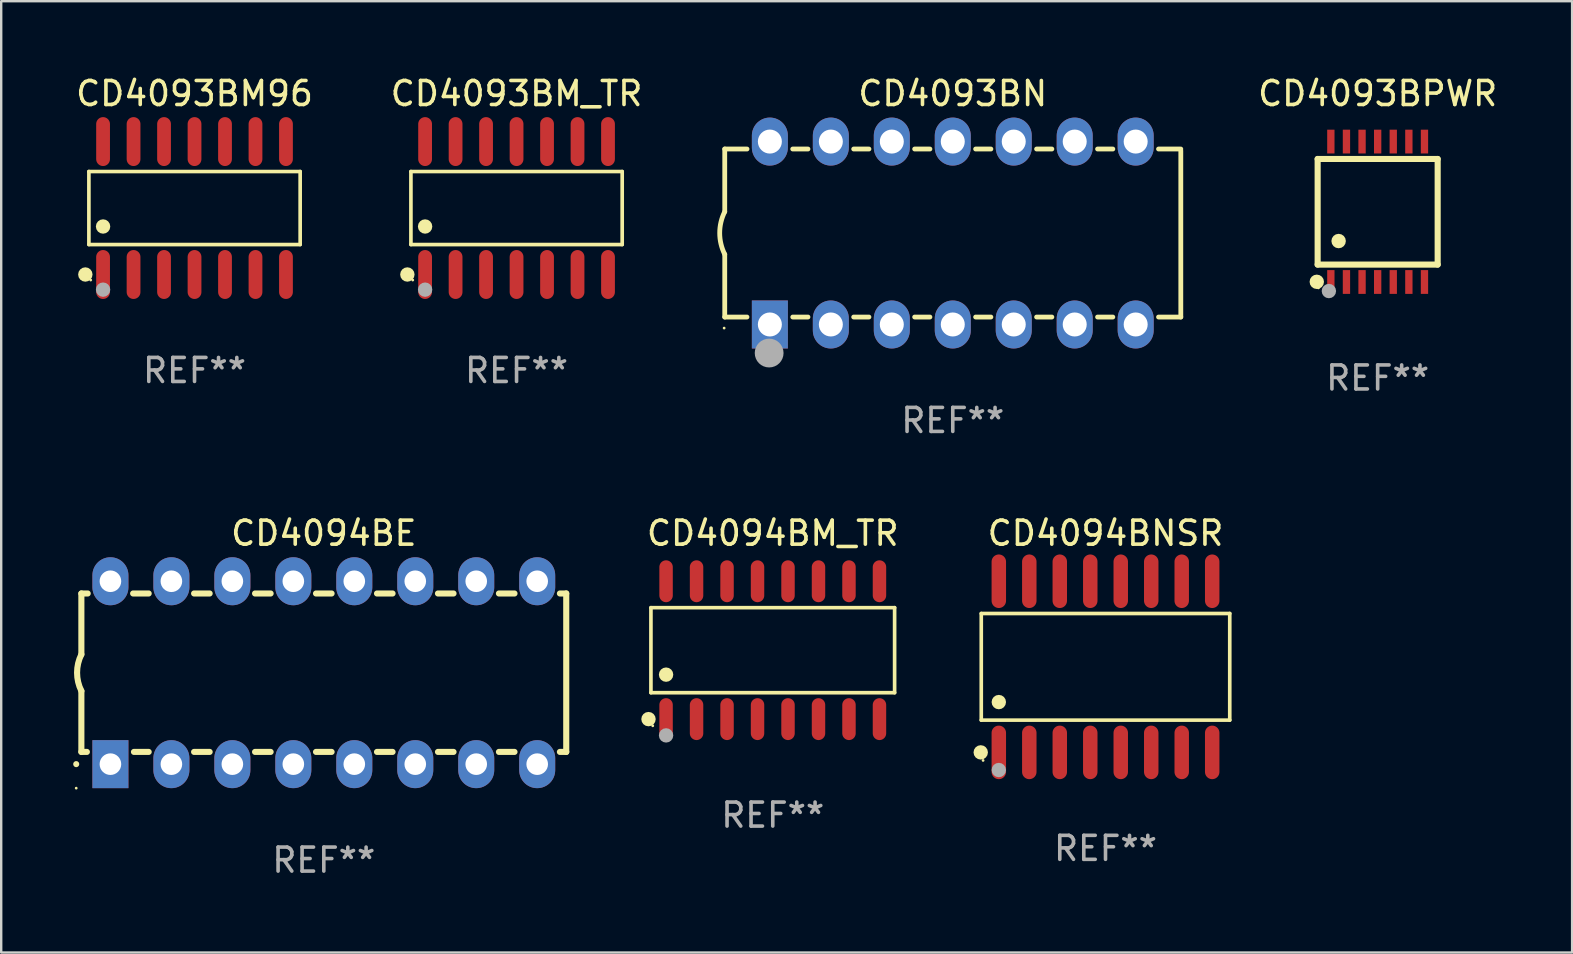
<source format=kicad_pcb>
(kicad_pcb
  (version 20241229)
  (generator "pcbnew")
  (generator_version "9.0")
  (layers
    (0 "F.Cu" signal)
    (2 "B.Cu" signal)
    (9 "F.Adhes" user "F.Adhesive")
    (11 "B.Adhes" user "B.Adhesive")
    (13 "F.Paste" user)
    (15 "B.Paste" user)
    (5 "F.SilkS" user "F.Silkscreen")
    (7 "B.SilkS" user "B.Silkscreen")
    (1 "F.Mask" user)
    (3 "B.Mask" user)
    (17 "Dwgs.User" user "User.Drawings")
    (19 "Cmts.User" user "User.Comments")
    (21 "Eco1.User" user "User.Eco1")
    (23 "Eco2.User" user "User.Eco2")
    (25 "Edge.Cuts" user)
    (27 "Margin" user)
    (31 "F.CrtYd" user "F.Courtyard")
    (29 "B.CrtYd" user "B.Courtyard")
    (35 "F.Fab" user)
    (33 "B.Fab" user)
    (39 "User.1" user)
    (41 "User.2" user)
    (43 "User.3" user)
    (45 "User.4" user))
  (footprint "CD4094BE"
    (layer "F.Cu")
    (at 10.44 24.975)
    (property "Reference" "CD4094BE" (at 0 -5.81 0) (layer "F.SilkS") (effects (font (size 1 1) (thickness 0.15))))
    (attr through_hole)
    (fp_line (start -10.1 -3.3) (end -10.1 -0.762) (stroke (width 0.254) (type solid)) (layer "F.SilkS"))
    (fp_line (start -10.1 -3.3) (end -9.836 -3.3) (stroke (width 0.254) (type solid)) (layer "F.SilkS"))
    (fp_line (start -10.1 3.3) (end -10.1 0.762) (stroke (width 0.254) (type solid)) (layer "F.SilkS"))
    (fp_line (start -9.871 3.3) (end -10.1 3.3) (stroke (width 0.254) (type solid)) (layer "F.SilkS"))
    (fp_line (start -7.944 -3.3) (end -7.296 -3.3) (stroke (width 0.254) (type solid)) (layer "F.SilkS"))
    (fp_line (start -7.296 3.3) (end -7.909 3.3) (stroke (width 0.254) (type solid)) (layer "F.SilkS"))
    (fp_line (start -5.404 -3.3) (end -4.756 -3.3) (stroke (width 0.254) (type solid)) (layer "F.SilkS"))
    (fp_line (start -4.756 3.3) (end -5.404 3.3) (stroke (width 0.254) (type solid)) (layer "F.SilkS"))
    (fp_line (start -2.864 -3.3) (end -2.216 -3.3) (stroke (width 0.254) (type solid)) (layer "F.SilkS"))
    (fp_line (start -2.216 3.3) (end -2.864 3.3) (stroke (width 0.254) (type solid)) (layer "F.SilkS"))
    (fp_line (start -0.324 -3.3) (end 0.324 -3.3) (stroke (width 0.254) (type solid)) (layer "F.SilkS"))
    (fp_line (start 0.324 3.3) (end -0.324 3.3) (stroke (width 0.254) (type solid)) (layer "F.SilkS"))
    (fp_line (start 2.216 -3.3) (end 2.864 -3.3) (stroke (width 0.254) (type solid)) (layer "F.SilkS"))
    (fp_line (start 2.864 3.3) (end 2.216 3.3) (stroke (width 0.254) (type solid)) (layer "F.SilkS"))
    (fp_line (start 4.756 -3.3) (end 5.404 -3.3) (stroke (width 0.254) (type solid)) (layer "F.SilkS"))
    (fp_line (start 5.404 3.3) (end 4.756 3.3) (stroke (width 0.254) (type solid)) (layer "F.SilkS"))
    (fp_line (start 7.296 -3.3) (end 7.944 -3.3) (stroke (width 0.254) (type solid)) (layer "F.SilkS"))
    (fp_line (start 7.944 3.3) (end 7.296 3.3) (stroke (width 0.254) (type solid)) (layer "F.SilkS"))
    (fp_line (start 9.836 -3.3) (end 10.1 -3.3) (stroke (width 0.254) (type solid)) (layer "F.SilkS"))
    (fp_line (start 10.1 3.3) (end 9.836 3.3) (stroke (width 0.254) (type solid)) (layer "F.SilkS"))
    (fp_line (start 10.1 3.3) (end 10.1 -3.3) (stroke (width 0.254) (type solid)) (layer "F.SilkS"))
    (fp_arc (start -10.314948 3.810008) (mid -10.314955 3.808738) (end -10.314948 3.807468) (stroke (width 0.25) (type solid)) (layer "F.SilkS"))
    (fp_arc (start -10.099048 0.762001) (mid -10.279271 0.000116) (end -10.100038 -0.762002) (stroke (width 0.254001) (type solid)) (layer "F.SilkS"))
    (fp_circle (center -10.315 4.81) (end -10.285 4.81) (stroke (width 0.06) (type solid)) (fill no) (layer "F.SilkS"))
    (fp_text user "REF**" (at 0 7.81 0) (layer "F.Fab") (effects (font (size 1 1) (thickness 0.15))))
    (pad "1" thru_hole rect (at -8.89 3.81 90) (size 2 1.5) (drill 0.9) (layers "*.Cu" "*.Mask"))
    (pad "2" thru_hole oval (at -6.35 3.81 90) (size 2 1.5) (drill 0.9) (layers "*.Cu" "*.Mask"))
    (pad "3" thru_hole oval (at -3.81 3.81 90) (size 2 1.5) (drill 0.9) (layers "*.Cu" "*.Mask"))
    (pad "4" thru_hole oval (at -1.27 3.81 90) (size 2 1.5) (drill 0.9) (layers "*.Cu" "*.Mask"))
    (pad "5" thru_hole oval (at 1.27 3.81 90) (size 2 1.5) (drill 0.9) (layers "*.Cu" "*.Mask"))
    (pad "6" thru_hole oval (at 3.81 3.81 90) (size 2 1.5) (drill 0.9) (layers "*.Cu" "*.Mask"))
    (pad "7" thru_hole oval (at 6.35 3.81 90) (size 2 1.5) (drill 0.9) (layers "*.Cu" "*.Mask"))
    (pad "8" thru_hole oval (at 8.89 3.81 90) (size 2 1.5) (drill 0.9) (layers "*.Cu" "*.Mask"))
    (pad "9" thru_hole oval (at 8.89 -3.81 90) (size 2 1.5) (drill 0.9) (layers "*.Cu" "*.Mask"))
    (pad "10" thru_hole oval (at 6.35 -3.81 90) (size 2 1.5) (drill 0.9) (layers "*.Cu" "*.Mask"))
    (pad "11" thru_hole oval (at 3.81 -3.81 90) (size 2 1.5) (drill 0.9) (layers "*.Cu" "*.Mask"))
    (pad "12" thru_hole oval (at 1.27 -3.81 90) (size 2 1.5) (drill 0.9) (layers "*.Cu" "*.Mask"))
    (pad "13" thru_hole oval (at -1.27 -3.81 90) (size 2 1.5) (drill 0.9) (layers "*.Cu" "*.Mask"))
    (pad "14" thru_hole oval (at -3.81 -3.81 90) (size 2 1.5) (drill 0.9) (layers "*.Cu" "*.Mask"))
    (pad "15" thru_hole oval (at -6.35 -3.81 90) (size 2 1.5) (drill 0.9) (layers "*.Cu" "*.Mask"))
    (pad "16" thru_hole oval (at -8.89 -3.81 90) (size 2 1.5) (drill 0.9) (layers "*.Cu" "*.Mask")))
  (footprint "CD4093BM_TR"
    (layer "F.Cu")
    (at 18.47 5.617)
    (property "Reference" "CD4093BM_TR" (at 0 -4.769 0) (layer "F.SilkS") (effects (font (size 1 1) (thickness 0.15))))
    (attr through_hole)
    (fp_line (start -4.401 -1.521) (end 4.401 -1.521) (stroke (width 0.152) (type solid)) (layer "F.SilkS"))
    (fp_line (start -4.401 1.521) (end -4.401 -1.521) (stroke (width 0.152) (type solid)) (layer "F.SilkS"))
    (fp_line (start 4.401 -1.521) (end 4.401 1.521) (stroke (width 0.152) (type solid)) (layer "F.SilkS"))
    (fp_line (start 4.401 1.521) (end -4.401 1.521) (stroke (width 0.152) (type solid)) (layer "F.SilkS"))
    (fp_circle (center -4.549 2.769) (end -4.399 2.769) (stroke (width 0.3) (type solid)) (fill no) (layer "F.SilkS"))
    (fp_circle (center -4.325 3) (end -4.295 3) (stroke (width 0.06) (type solid)) (fill no) (layer "F.SilkS"))
    (fp_circle (center -3.81 0.769) (end -3.66 0.769) (stroke (width 0.3) (type solid)) (fill no) (layer "F.SilkS"))
    (fp_circle (center -3.81 3.4) (end -3.66 3.4) (stroke (width 0.3) (type solid)) (fill no) (layer "F.Fab"))
    (fp_text user "REF**" (at 0 6.769 0) (layer "F.Fab") (effects (font (size 1 1) (thickness 0.15))))
    (pad "1" smd oval (at -3.81 2.769) (size 0.574 2.038) (layers "F.Cu" "F.Mask" "F.Paste"))
    (pad "2" smd oval (at -2.54 2.769) (size 0.574 2.038) (layers "F.Cu" "F.Mask" "F.Paste"))
    (pad "3" smd oval (at -1.27 2.769) (size 0.574 2.038) (layers "F.Cu" "F.Mask" "F.Paste"))
    (pad "4" smd oval (at 0 2.769) (size 0.574 2.038) (layers "F.Cu" "F.Mask" "F.Paste"))
    (pad "5" smd oval (at 1.27 2.769) (size 0.574 2.038) (layers "F.Cu" "F.Mask" "F.Paste"))
    (pad "6" smd oval (at 2.54 2.769) (size 0.574 2.038) (layers "F.Cu" "F.Mask" "F.Paste"))
    (pad "7" smd oval (at 3.81 2.769) (size 0.574 2.038) (layers "F.Cu" "F.Mask" "F.Paste"))
    (pad "8" smd oval (at 3.81 -2.769) (size 0.574 2.038) (layers "F.Cu" "F.Mask" "F.Paste"))
    (pad "9" smd oval (at 2.54 -2.769) (size 0.574 2.038) (layers "F.Cu" "F.Mask" "F.Paste"))
    (pad "10" smd oval (at 1.27 -2.769) (size 0.574 2.038) (layers "F.Cu" "F.Mask" "F.Paste"))
    (pad "11" smd oval (at 0 -2.769) (size 0.574 2.038) (layers "F.Cu" "F.Mask" "F.Paste"))
    (pad "12" smd oval (at -1.27 -2.769) (size 0.574 2.038) (layers "F.Cu" "F.Mask" "F.Paste"))
    (pad "13" smd oval (at -2.54 -2.769) (size 0.574 2.038) (layers "F.Cu" "F.Mask" "F.Paste"))
    (pad "14" smd oval (at -3.81 -2.769) (size 0.574 2.038) (layers "F.Cu" "F.Mask" "F.Paste")))
  (footprint "CD4094BNSR"
    (layer "F.Cu")
    (at 43.006 24.73)
    (property "Reference" "CD4094BNSR" (at 0 -5.565 0) (layer "F.SilkS") (effects (font (size 1 1) (thickness 0.15))))
    (attr through_hole)
    (fp_line (start -5.176 -2.221) (end 5.176 -2.221) (stroke (width 0.152) (type solid)) (layer "F.SilkS"))
    (fp_line (start -5.176 2.221) (end -5.176 -2.221) (stroke (width 0.152) (type solid)) (layer "F.SilkS"))
    (fp_line (start 5.176 -2.221) (end 5.176 2.221) (stroke (width 0.152) (type solid)) (layer "F.SilkS"))
    (fp_line (start 5.176 2.221) (end -5.176 2.221) (stroke (width 0.152) (type solid)) (layer "F.SilkS"))
    (fp_circle (center -5.198 3.565) (end -5.048 3.565) (stroke (width 0.3) (type solid)) (fill no) (layer "F.SilkS"))
    (fp_circle (center -5.1 3.9) (end -5.07 3.9) (stroke (width 0.06) (type solid)) (fill no) (layer "F.SilkS"))
    (fp_circle (center -4.445 1.469) (end -4.295 1.469) (stroke (width 0.3) (type solid)) (fill no) (layer "F.SilkS"))
    (fp_circle (center -4.445 4.3) (end -4.295 4.3) (stroke (width 0.3) (type solid)) (fill no) (layer "F.Fab"))
    (fp_text user "REF**" (at 0 7.565 0) (layer "F.Fab") (effects (font (size 1 1) (thickness 0.15))))
    (pad "1" smd oval (at -4.445 3.565) (size 0.602 2.231) (layers "F.Cu" "F.Mask" "F.Paste"))
    (pad "2" smd oval (at -3.175 3.565) (size 0.602 2.231) (layers "F.Cu" "F.Mask" "F.Paste"))
    (pad "3" smd oval (at -1.905 3.565) (size 0.602 2.231) (layers "F.Cu" "F.Mask" "F.Paste"))
    (pad "4" smd oval (at -0.635 3.565) (size 0.602 2.231) (layers "F.Cu" "F.Mask" "F.Paste"))
    (pad "5" smd oval (at 0.635 3.565) (size 0.602 2.231) (layers "F.Cu" "F.Mask" "F.Paste"))
    (pad "6" smd oval (at 1.905 3.565) (size 0.602 2.231) (layers "F.Cu" "F.Mask" "F.Paste"))
    (pad "7" smd oval (at 3.175 3.565) (size 0.602 2.231) (layers "F.Cu" "F.Mask" "F.Paste"))
    (pad "8" smd oval (at 4.445 3.565) (size 0.602 2.231) (layers "F.Cu" "F.Mask" "F.Paste"))
    (pad "9" smd oval (at 4.445 -3.565) (size 0.602 2.231) (layers "F.Cu" "F.Mask" "F.Paste"))
    (pad "10" smd oval (at 3.175 -3.565) (size 0.602 2.231) (layers "F.Cu" "F.Mask" "F.Paste"))
    (pad "11" smd oval (at 1.905 -3.565) (size 0.602 2.231) (layers "F.Cu" "F.Mask" "F.Paste"))
    (pad "12" smd oval (at 0.635 -3.565) (size 0.602 2.231) (layers "F.Cu" "F.Mask" "F.Paste"))
    (pad "13" smd oval (at -0.635 -3.565) (size 0.602 2.231) (layers "F.Cu" "F.Mask" "F.Paste"))
    (pad "14" smd oval (at -1.905 -3.565) (size 0.602 2.231) (layers "F.Cu" "F.Mask" "F.Paste"))
    (pad "15" smd oval (at -3.175 -3.565) (size 0.602 2.231) (layers "F.Cu" "F.Mask" "F.Paste"))
    (pad "16" smd oval (at -4.445 -3.565) (size 0.602 2.231) (layers "F.Cu" "F.Mask" "F.Paste")))
  (footprint "CD4093BN"
    (layer "F.Cu")
    (at 36.643 6.658)
    (property "Reference" "CD4093BN" (at 0 -5.81 0) (layer "F.SilkS") (effects (font (size 1 1) (thickness 0.15))))
    (attr through_hole)
    (fp_line (start -9.5 -3.5) (end -9.5 -0.889) (stroke (width 0.2) (type solid)) (layer "F.SilkS"))
    (fp_line (start -9.5 -3.5) (end -8.572 -3.5) (stroke (width 0.2) (type solid)) (layer "F.SilkS"))
    (fp_line (start -9.5 3.5) (end -9.5 0.889) (stroke (width 0.2) (type solid)) (layer "F.SilkS"))
    (fp_line (start -9.5 3.5) (end -8.574 3.5) (stroke (width 0.2) (type solid)) (layer "F.SilkS"))
    (fp_line (start -6.668 -3.5) (end -6.032 -3.5) (stroke (width 0.2) (type solid)) (layer "F.SilkS"))
    (fp_line (start -6.666 3.5) (end -6.032 3.5) (stroke (width 0.2) (type solid)) (layer "F.SilkS"))
    (fp_line (start -4.128 -3.5) (end -3.492 -3.5) (stroke (width 0.2) (type solid)) (layer "F.SilkS"))
    (fp_line (start -4.128 3.5) (end -3.492 3.5) (stroke (width 0.2) (type solid)) (layer "F.SilkS"))
    (fp_line (start -1.588 -3.5) (end -0.952 -3.5) (stroke (width 0.2) (type solid)) (layer "F.SilkS"))
    (fp_line (start -1.588 3.5) (end -0.952 3.5) (stroke (width 0.2) (type solid)) (layer "F.SilkS"))
    (fp_line (start 0.952 -3.5) (end 1.588 -3.5) (stroke (width 0.2) (type solid)) (layer "F.SilkS"))
    (fp_line (start 0.952 3.5) (end 1.588 3.5) (stroke (width 0.2) (type solid)) (layer "F.SilkS"))
    (fp_line (start 3.492 -3.5) (end 4.128 -3.5) (stroke (width 0.2) (type solid)) (layer "F.SilkS"))
    (fp_line (start 3.492 3.5) (end 4.128 3.5) (stroke (width 0.2) (type solid)) (layer "F.SilkS"))
    (fp_line (start 6.032 -3.5) (end 6.668 -3.5) (stroke (width 0.2) (type solid)) (layer "F.SilkS"))
    (fp_line (start 6.032 3.5) (end 6.668 3.5) (stroke (width 0.2) (type solid)) (layer "F.SilkS"))
    (fp_line (start 8.572 -3.5) (end 9.5 -3.5) (stroke (width 0.2) (type solid)) (layer "F.SilkS"))
    (fp_line (start 8.572 3.5) (end 9.5 3.5) (stroke (width 0.2) (type solid)) (layer "F.SilkS"))
    (fp_line (start 9.5 3.5) (end 9.5 -3.429) (stroke (width 0.2) (type solid)) (layer "F.SilkS"))
    (fp_arc (start -9.499619 0.889001) (mid -9.709623 0.000047) (end -9.500025 -0.889002) (stroke (width 0.2) (type solid)) (layer "F.SilkS"))
    (fp_circle (center -9.525 3.96) (end -9.495 3.96) (stroke (width 0.06) (type solid)) (fill no) (layer "F.SilkS"))
    (fp_circle (center -7.65 5) (end -7.35 5) (stroke (width 0.6) (type solid)) (fill no) (layer "F.Fab"))
    (fp_text user "REF**" (at 0 7.81 0) (layer "F.Fab") (effects (font (size 1 1) (thickness 0.15))))
    (pad "1" thru_hole rect (at -7.62 3.81 90) (size 2 1.5) (drill 1) (layers "*.Cu" "*.Mask"))
    (pad "2" thru_hole oval (at -5.08 3.81 90) (size 2 1.5) (drill 1) (layers "*.Cu" "*.Mask"))
    (pad "3" thru_hole oval (at -2.54 3.81 90) (size 2 1.5) (drill 1) (layers "*.Cu" "*.Mask"))
    (pad "4" thru_hole oval (at 0 3.81 90) (size 2 1.5) (drill 1) (layers "*.Cu" "*.Mask"))
    (pad "5" thru_hole oval (at 2.54 3.81 90) (size 2 1.5) (drill 1) (layers "*.Cu" "*.Mask"))
    (pad "6" thru_hole oval (at 5.08 3.81 90) (size 2 1.5) (drill 1) (layers "*.Cu" "*.Mask"))
    (pad "7" thru_hole oval (at 7.62 3.81 90) (size 2 1.5) (drill 1) (layers "*.Cu" "*.Mask"))
    (pad "8" thru_hole oval (at 7.62 -3.81 90) (size 2 1.5) (drill 1) (layers "*.Cu" "*.Mask"))
    (pad "9" thru_hole oval (at 5.08 -3.81 90) (size 2 1.5) (drill 1) (layers "*.Cu" "*.Mask"))
    (pad "10" thru_hole oval (at 2.54 -3.81 90) (size 2 1.5) (drill 1) (layers "*.Cu" "*.Mask"))
    (pad "11" thru_hole oval (at 0 -3.81 90) (size 2 1.5) (drill 1) (layers "*.Cu" "*.Mask"))
    (pad "12" thru_hole oval (at -2.54 -3.81 90) (size 2 1.5) (drill 1) (layers "*.Cu" "*.Mask"))
    (pad "13" thru_hole oval (at -5.08 -3.81 90) (size 2 1.5) (drill 1) (layers "*.Cu" "*.Mask"))
    (pad "14" thru_hole oval (at -7.62 -3.81 90) (size 2 1.5) (drill 1) (layers "*.Cu" "*.Mask")))
  (footprint "CD4093BM96"
    (layer "F.Cu")
    (at 5.054 5.617)
    (property "Reference" "CD4093BM96" (at 0 -4.769 0) (layer "F.SilkS") (effects (font (size 1 1) (thickness 0.15))))
    (attr through_hole)
    (fp_line (start -4.401 -1.521) (end 4.401 -1.521) (stroke (width 0.152) (type solid)) (layer "F.SilkS"))
    (fp_line (start -4.401 1.521) (end -4.401 -1.521) (stroke (width 0.152) (type solid)) (layer "F.SilkS"))
    (fp_line (start 4.401 -1.521) (end 4.401 1.521) (stroke (width 0.152) (type solid)) (layer "F.SilkS"))
    (fp_line (start 4.401 1.521) (end -4.401 1.521) (stroke (width 0.152) (type solid)) (layer "F.SilkS"))
    (fp_circle (center -4.549 2.769) (end -4.399 2.769) (stroke (width 0.3) (type solid)) (fill no) (layer "F.SilkS"))
    (fp_circle (center -4.325 3) (end -4.295 3) (stroke (width 0.06) (type solid)) (fill no) (layer "F.SilkS"))
    (fp_circle (center -3.81 0.769) (end -3.66 0.769) (stroke (width 0.3) (type solid)) (fill no) (layer "F.SilkS"))
    (fp_circle (center -3.81 3.4) (end -3.66 3.4) (stroke (width 0.3) (type solid)) (fill no) (layer "F.Fab"))
    (fp_text user "REF**" (at 0 6.769 0) (layer "F.Fab") (effects (font (size 1 1) (thickness 0.15))))
    (pad "1" smd oval (at -3.81 2.769) (size 0.574 2.038) (layers "F.Cu" "F.Mask" "F.Paste"))
    (pad "2" smd oval (at -2.54 2.769) (size 0.574 2.038) (layers "F.Cu" "F.Mask" "F.Paste"))
    (pad "3" smd oval (at -1.27 2.769) (size 0.574 2.038) (layers "F.Cu" "F.Mask" "F.Paste"))
    (pad "4" smd oval (at 0 2.769) (size 0.574 2.038) (layers "F.Cu" "F.Mask" "F.Paste"))
    (pad "5" smd oval (at 1.27 2.769) (size 0.574 2.038) (layers "F.Cu" "F.Mask" "F.Paste"))
    (pad "6" smd oval (at 2.54 2.769) (size 0.574 2.038) (layers "F.Cu" "F.Mask" "F.Paste"))
    (pad "7" smd oval (at 3.81 2.769) (size 0.574 2.038) (layers "F.Cu" "F.Mask" "F.Paste"))
    (pad "8" smd oval (at 3.81 -2.769) (size 0.574 2.038) (layers "F.Cu" "F.Mask" "F.Paste"))
    (pad "9" smd oval (at 2.54 -2.769) (size 0.574 2.038) (layers "F.Cu" "F.Mask" "F.Paste"))
    (pad "10" smd oval (at 1.27 -2.769) (size 0.574 2.038) (layers "F.Cu" "F.Mask" "F.Paste"))
    (pad "11" smd oval (at 0 -2.769) (size 0.574 2.038) (layers "F.Cu" "F.Mask" "F.Paste"))
    (pad "12" smd oval (at -1.27 -2.769) (size 0.574 2.038) (layers "F.Cu" "F.Mask" "F.Paste"))
    (pad "13" smd oval (at -2.54 -2.769) (size 0.574 2.038) (layers "F.Cu" "F.Mask" "F.Paste"))
    (pad "14" smd oval (at -3.81 -2.769) (size 0.574 2.038) (layers "F.Cu" "F.Mask" "F.Paste")))
  (footprint "CD4094BM_TR"
    (layer "F.Cu")
    (at 29.144 24.037)
    (property "Reference" "CD4094BM_TR" (at 0 -4.872 0) (layer "F.SilkS") (effects (font (size 1 1) (thickness 0.15))))
    (attr through_hole)
    (fp_line (start -5.076 -1.771) (end 5.076 -1.771) (stroke (width 0.152) (type solid)) (layer "F.SilkS"))
    (fp_line (start -5.076 1.771) (end -5.076 -1.771) (stroke (width 0.152) (type solid)) (layer "F.SilkS"))
    (fp_line (start 5.076 -1.771) (end 5.076 1.771) (stroke (width 0.152) (type solid)) (layer "F.SilkS"))
    (fp_line (start 5.076 1.771) (end -5.076 1.771) (stroke (width 0.152) (type solid)) (layer "F.SilkS"))
    (fp_circle (center -5.177 2.872) (end -5.027 2.872) (stroke (width 0.3) (type solid)) (fill no) (layer "F.SilkS"))
    (fp_circle (center -5 3.15) (end -4.97 3.15) (stroke (width 0.06) (type solid)) (fill no) (layer "F.SilkS"))
    (fp_circle (center -4.445 1.019) (end -4.295 1.019) (stroke (width 0.3) (type solid)) (fill no) (layer "F.SilkS"))
    (fp_circle (center -4.445 3.55) (end -4.295 3.55) (stroke (width 0.3) (type solid)) (fill no) (layer "F.Fab"))
    (fp_text user "REF**" (at 0 6.872 0) (layer "F.Fab") (effects (font (size 1 1) (thickness 0.15))))
    (pad "1" smd oval (at -4.445 2.872) (size 0.56 1.745) (layers "F.Cu" "F.Mask" "F.Paste"))
    (pad "2" smd oval (at -3.175 2.872) (size 0.56 1.745) (layers "F.Cu" "F.Mask" "F.Paste"))
    (pad "3" smd oval (at -1.905 2.872) (size 0.56 1.745) (layers "F.Cu" "F.Mask" "F.Paste"))
    (pad "4" smd oval (at -0.635 2.872) (size 0.56 1.745) (layers "F.Cu" "F.Mask" "F.Paste"))
    (pad "5" smd oval (at 0.635 2.872) (size 0.56 1.745) (layers "F.Cu" "F.Mask" "F.Paste"))
    (pad "6" smd oval (at 1.905 2.872) (size 0.56 1.745) (layers "F.Cu" "F.Mask" "F.Paste"))
    (pad "7" smd oval (at 3.175 2.872) (size 0.56 1.745) (layers "F.Cu" "F.Mask" "F.Paste"))
    (pad "8" smd oval (at 4.445 2.872) (size 0.56 1.745) (layers "F.Cu" "F.Mask" "F.Paste"))
    (pad "9" smd oval (at 4.445 -2.872) (size 0.56 1.745) (layers "F.Cu" "F.Mask" "F.Paste"))
    (pad "10" smd oval (at 3.175 -2.872) (size 0.56 1.745) (layers "F.Cu" "F.Mask" "F.Paste"))
    (pad "11" smd oval (at 1.905 -2.872) (size 0.56 1.745) (layers "F.Cu" "F.Mask" "F.Paste"))
    (pad "12" smd oval (at 0.635 -2.872) (size 0.56 1.745) (layers "F.Cu" "F.Mask" "F.Paste"))
    (pad "13" smd oval (at -0.635 -2.872) (size 0.56 1.745) (layers "F.Cu" "F.Mask" "F.Paste"))
    (pad "14" smd oval (at -1.905 -2.872) (size 0.56 1.745) (layers "F.Cu" "F.Mask" "F.Paste"))
    (pad "15" smd oval (at -3.175 -2.872) (size 0.56 1.745) (layers "F.Cu" "F.Mask" "F.Paste"))
    (pad "16" smd oval (at -4.445 -2.872) (size 0.56 1.745) (layers "F.Cu" "F.Mask" "F.Paste")))
  (footprint "CD4093BPWR"
    (layer "F.Cu")
    (at 54.344 5.773)
    (property "Reference" "CD4093BPWR" (at 0 -4.925 0) (layer "F.SilkS") (effects (font (size 1 1) (thickness 0.15))))
    (attr through_hole)
    (fp_line (start -2.5 2.2) (end -2.5 -2.2) (stroke (width 0.254) (type solid)) (layer "F.SilkS"))
    (fp_line (start -2.5 2.2) (end 2.5 2.2) (stroke (width 0.254) (type solid)) (layer "F.SilkS"))
    (fp_line (start 2.5 -2.2) (end -2.5 -2.2) (stroke (width 0.254) (type solid)) (layer "F.SilkS"))
    (fp_line (start 2.5 -2.2) (end 2.5 2.2) (stroke (width 0.254) (type solid)) (layer "F.SilkS"))
    (fp_circle (center -2.536 2.917) (end -2.386 2.917) (stroke (width 0.3) (type solid)) (fill no) (layer "F.SilkS"))
    (fp_circle (center -2.47 3.17) (end -2.44 3.17) (stroke (width 0.06) (type solid)) (fill no) (layer "F.SilkS"))
    (fp_circle (center -1.626 1.219) (end -1.475 1.219) (stroke (width 0.3) (type solid)) (fill no) (layer "F.SilkS"))
    (fp_circle (center -2.032 3.302) (end -1.882 3.302) (stroke (width 0.3) (type solid)) (fill no) (layer "F.Fab"))
    (fp_text user "REF**" (at 0 6.925 0) (layer "F.Fab") (effects (font (size 1 1) (thickness 0.15))))
    (pad "1" smd rect (at -1.95 2.925) (size 0.305 0.991) (layers "F.Cu" "F.Mask" "F.Paste"))
    (pad "2" smd rect (at -1.3 2.925) (size 0.305 0.991) (layers "F.Cu" "F.Mask" "F.Paste"))
    (pad "3" smd rect (at -0.65 2.925) (size 0.305 0.991) (layers "F.Cu" "F.Mask" "F.Paste"))
    (pad "4" smd rect (at 0 2.925) (size 0.305 0.991) (layers "F.Cu" "F.Mask" "F.Paste"))
    (pad "5" smd rect (at 0.65 2.925) (size 0.305 0.991) (layers "F.Cu" "F.Mask" "F.Paste"))
    (pad "6" smd rect (at 1.3 2.925) (size 0.305 0.991) (layers "F.Cu" "F.Mask" "F.Paste"))
    (pad "7" smd rect (at 1.95 2.925) (size 0.305 0.991) (layers "F.Cu" "F.Mask" "F.Paste"))
    (pad "8" smd rect (at 1.95 -2.925) (size 0.305 0.991) (layers "F.Cu" "F.Mask" "F.Paste"))
    (pad "9" smd rect (at 1.3 -2.925) (size 0.305 0.991) (layers "F.Cu" "F.Mask" "F.Paste"))
    (pad "10" smd rect (at 0.65 -2.925) (size 0.305 0.991) (layers "F.Cu" "F.Mask" "F.Paste"))
    (pad "11" smd rect (at 0 -2.925) (size 0.305 0.991) (layers "F.Cu" "F.Mask" "F.Paste"))
    (pad "12" smd rect (at -0.65 -2.925) (size 0.305 0.991) (layers "F.Cu" "F.Mask" "F.Paste"))
    (pad "13" smd rect (at -1.3 -2.925) (size 0.305 0.991) (layers "F.Cu" "F.Mask" "F.Paste"))
    (pad "14" smd rect (at -1.95 -2.925) (size 0.305 0.991) (layers "F.Cu" "F.Mask" "F.Paste")))
  (gr_rect
    (start -3 -3)
    (end 62.445 36.633)
    (stroke (width 0.1) (type default))
    (fill no)
    (layer "Edge.Cuts")))
</source>
